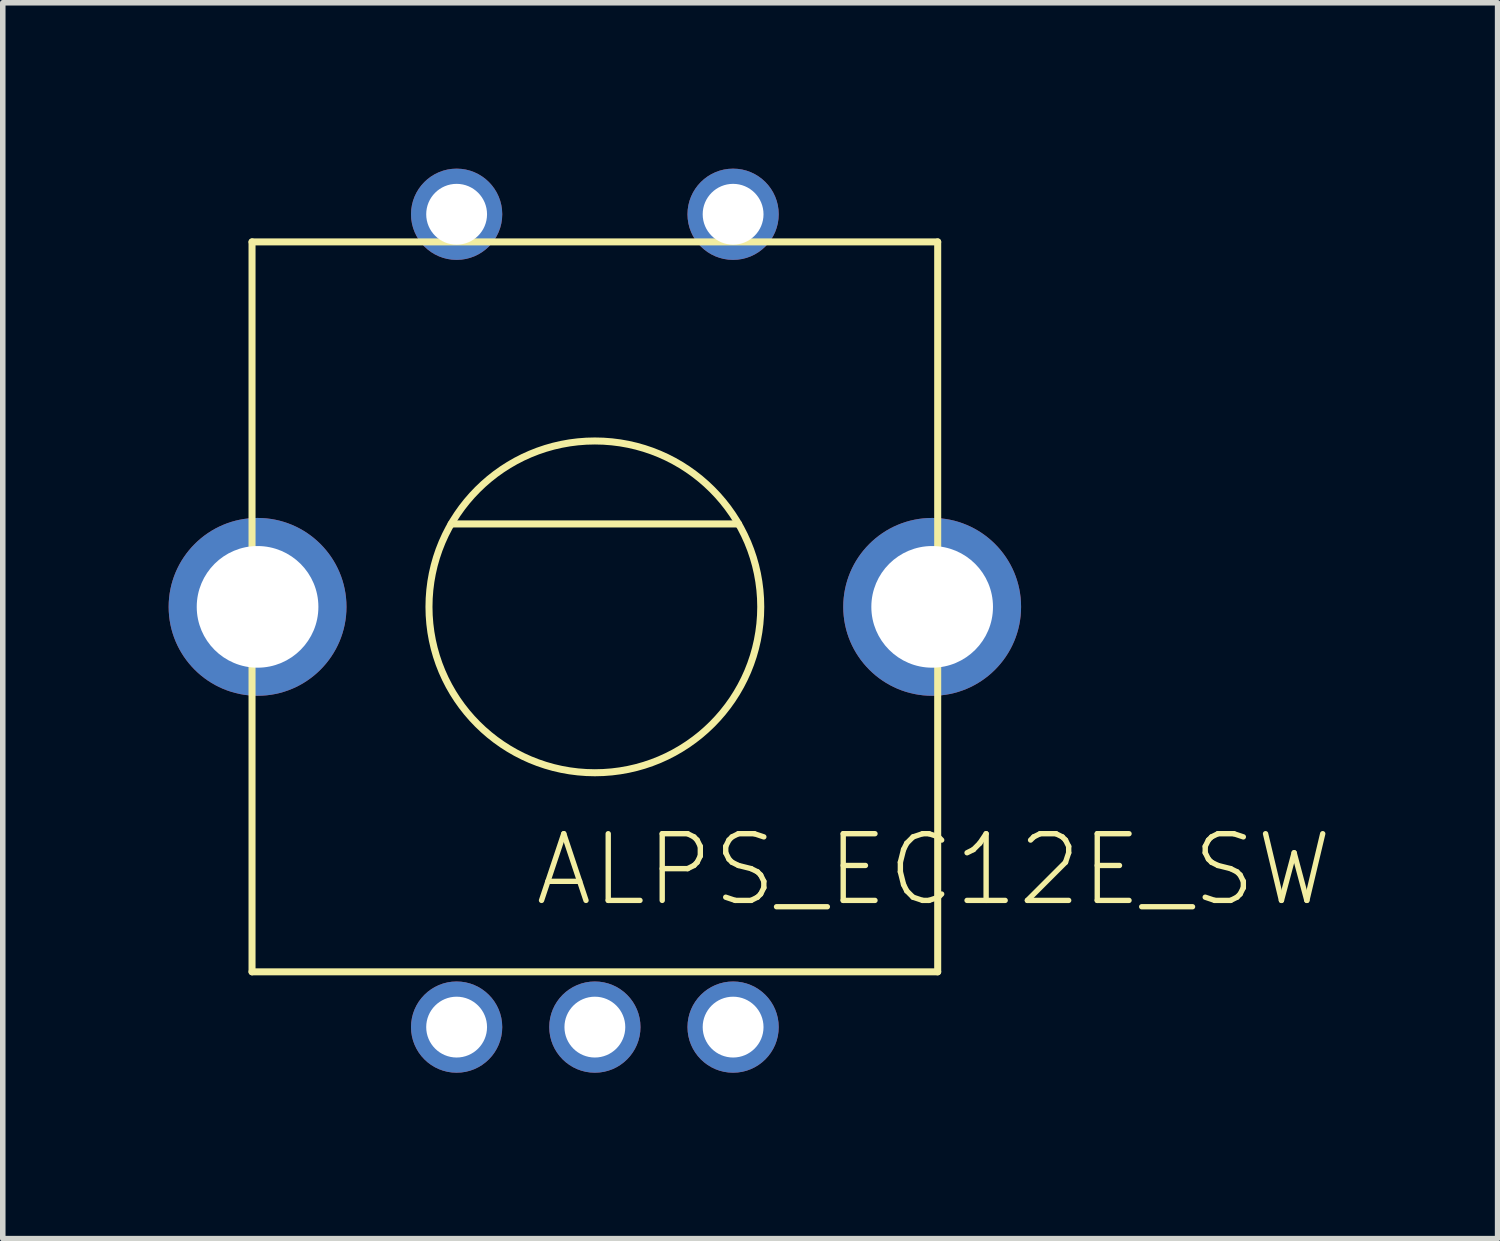
<source format=kicad_pcb>
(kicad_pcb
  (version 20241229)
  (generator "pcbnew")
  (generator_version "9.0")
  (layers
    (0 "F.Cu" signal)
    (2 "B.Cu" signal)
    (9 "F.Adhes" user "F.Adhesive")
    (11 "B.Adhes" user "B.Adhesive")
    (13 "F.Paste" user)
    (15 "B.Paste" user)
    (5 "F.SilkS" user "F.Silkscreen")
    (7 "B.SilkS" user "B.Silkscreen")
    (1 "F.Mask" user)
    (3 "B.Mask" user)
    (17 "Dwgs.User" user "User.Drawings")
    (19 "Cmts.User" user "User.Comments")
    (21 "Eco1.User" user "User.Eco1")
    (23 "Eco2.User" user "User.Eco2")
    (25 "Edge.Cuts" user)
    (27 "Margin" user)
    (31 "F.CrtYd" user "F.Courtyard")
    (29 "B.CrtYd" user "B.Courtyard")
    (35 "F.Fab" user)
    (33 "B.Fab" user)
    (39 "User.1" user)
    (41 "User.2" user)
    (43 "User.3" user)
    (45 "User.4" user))
  (footprint "ALPS_EC12E_SW"
    (layer "F.Cu")
    (at 7.708 7.925)
    (property "Reference" "ALPS_EC12E_SW" (at -1.143 5.461 0) (layer "F.SilkS") (effects (font (size 1.206 1.206) (thickness 0.097)) (justify left bottom)))
    (attr through_hole)
    (fp_line (start -6.2 -6.6) (end -6.2 6.6) (stroke (width 0.127) (type solid)) (layer "F.SilkS"))
    (fp_line (start -6.2 6.6) (end 6.2 6.6) (stroke (width 0.127) (type solid)) (layer "F.SilkS"))
    (fp_line (start -2.6 -1.5) (end 2.6 -1.5) (stroke (width 0.127) (type solid)) (layer "F.SilkS"))
    (fp_line (start 6.2 -6.6) (end -6.2 -6.6) (stroke (width 0.127) (type solid)) (layer "F.SilkS"))
    (fp_line (start 6.2 6.6) (end 6.2 -6.6) (stroke (width 0.127) (type solid)) (layer "F.SilkS"))
    (fp_circle (center 0 0) (end 3 0) (stroke (width 0.127) (type solid)) (fill no) (layer "F.SilkS"))
    (pad "1" thru_hole circle (at 2.5 7.6) (size 1.65 1.65) (drill 1.1) (layers "*.Cu" "*.Mask"))
    (pad "2" thru_hole circle (at 0 7.6) (size 1.65 1.65) (drill 1.1) (layers "*.Cu" "*.Mask"))
    (pad "3" thru_hole circle (at -2.5 7.6) (size 1.65 1.65) (drill 1.1) (layers "*.Cu" "*.Mask"))
    (pad "4" thru_hole circle (at -2.5 -7.1) (size 1.65 1.65) (drill 1.1) (layers "*.Cu" "*.Mask"))
    (pad "5" thru_hole circle (at 2.5 -7.1) (size 1.65 1.65) (drill 1.1) (layers "*.Cu" "*.Mask"))
    (pad "GND1" thru_hole circle (at -6.1 0) (size 3.216 3.216) (drill 2.2) (layers "*.Cu" "*.Mask"))
    (pad "GND2" thru_hole circle (at 6.1 0) (size 3.216 3.216) (drill 2.2) (layers "*.Cu" "*.Mask")))
  (gr_rect
    (start -3 -3)
    (end 24.034 19.35)
    (stroke (width 0.1) (type default))
    (fill no)
    (layer "Edge.Cuts")))
</source>
